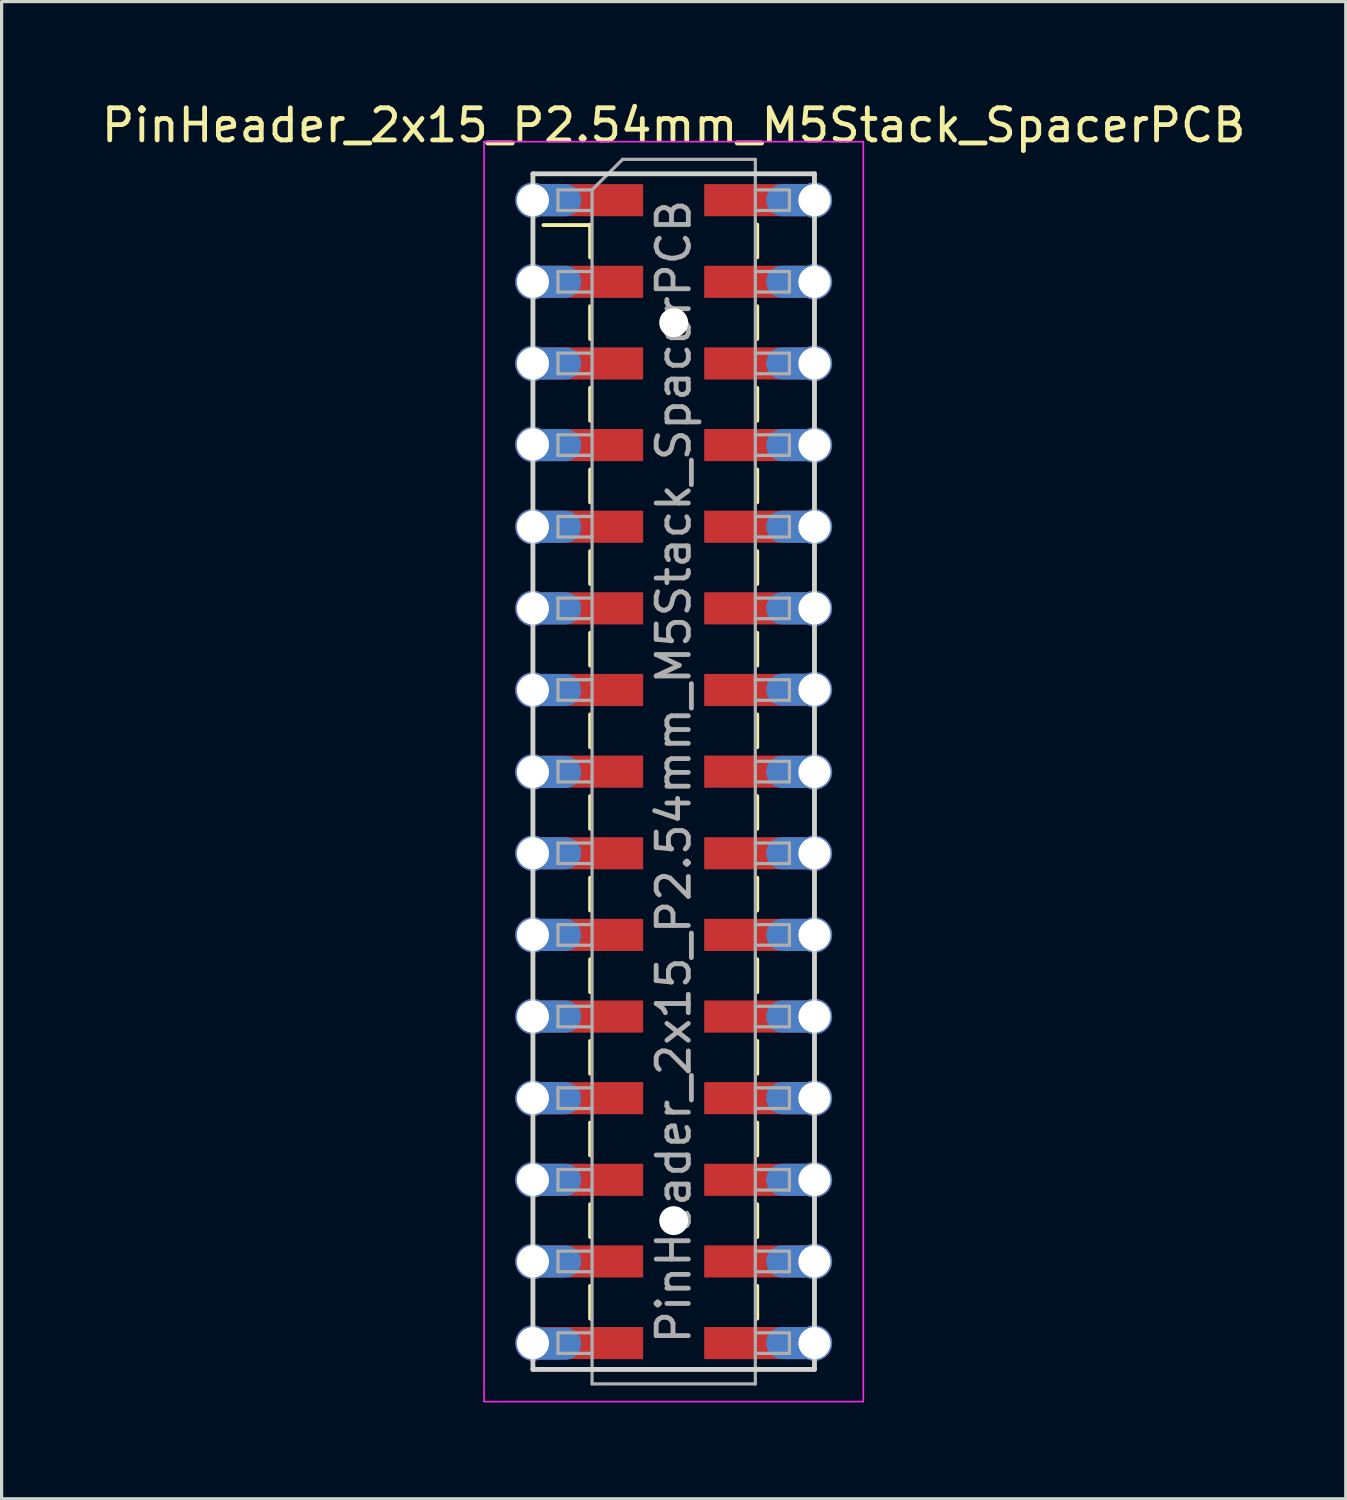
<source format=kicad_pcb>
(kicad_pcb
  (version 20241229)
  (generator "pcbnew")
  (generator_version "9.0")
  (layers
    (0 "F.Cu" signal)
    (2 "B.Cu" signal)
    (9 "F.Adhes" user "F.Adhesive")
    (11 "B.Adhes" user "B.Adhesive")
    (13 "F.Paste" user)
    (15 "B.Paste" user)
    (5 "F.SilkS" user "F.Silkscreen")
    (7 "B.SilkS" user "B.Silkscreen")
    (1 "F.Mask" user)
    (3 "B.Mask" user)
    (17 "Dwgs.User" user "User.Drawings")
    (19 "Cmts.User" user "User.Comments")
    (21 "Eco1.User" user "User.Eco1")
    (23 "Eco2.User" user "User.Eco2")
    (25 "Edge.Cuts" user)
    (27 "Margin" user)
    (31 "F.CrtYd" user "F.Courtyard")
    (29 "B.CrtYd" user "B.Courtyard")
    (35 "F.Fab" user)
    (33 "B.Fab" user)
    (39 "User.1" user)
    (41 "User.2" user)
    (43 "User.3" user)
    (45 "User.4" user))
  (footprint "PinHeader_2x15_P2.54mm_M5Stack_SpacerPCB"
    (layer "F.Cu")
    (at 17.911 20.958)
    (property "Reference" "PinHeader_2x15_P2.54mm_M5Stack_SpacerPCB" (at 0 -20.11 0) (layer "F.SilkS") (effects (font (size 1 1) (thickness 0.15))))
    (attr smd)
    (fp_line (start -4.051 -17.005) (end -2.611 -17.005) (stroke (width 0.12) (type solid)) (layer "F.SilkS"))
    (fp_line (start -2.6 -17.02) (end -2.6 -16) (stroke (width 0.12) (type solid)) (layer "F.SilkS"))
    (fp_line (start -2.6 -14.48) (end -2.6 -13.46) (stroke (width 0.12) (type solid)) (layer "F.SilkS"))
    (fp_line (start -2.6 -11.94) (end -2.6 -10.92) (stroke (width 0.12) (type solid)) (layer "F.SilkS"))
    (fp_line (start -2.6 -9.4) (end -2.6 -8.38) (stroke (width 0.12) (type solid)) (layer "F.SilkS"))
    (fp_line (start -2.6 -6.86) (end -2.6 -5.84) (stroke (width 0.12) (type solid)) (layer "F.SilkS"))
    (fp_line (start -2.6 -4.32) (end -2.6 -3.3) (stroke (width 0.12) (type solid)) (layer "F.SilkS"))
    (fp_line (start -2.6 -1.78) (end -2.6 -0.76) (stroke (width 0.12) (type solid)) (layer "F.SilkS"))
    (fp_line (start -2.6 0.76) (end -2.6 1.78) (stroke (width 0.12) (type solid)) (layer "F.SilkS"))
    (fp_line (start -2.6 3.3) (end -2.6 4.32) (stroke (width 0.12) (type solid)) (layer "F.SilkS"))
    (fp_line (start -2.6 5.84) (end -2.6 6.86) (stroke (width 0.12) (type solid)) (layer "F.SilkS"))
    (fp_line (start -2.6 8.38) (end -2.6 9.4) (stroke (width 0.12) (type solid)) (layer "F.SilkS"))
    (fp_line (start -2.6 10.92) (end -2.6 11.94) (stroke (width 0.12) (type solid)) (layer "F.SilkS"))
    (fp_line (start -2.6 13.46) (end -2.6 14.48) (stroke (width 0.12) (type solid)) (layer "F.SilkS"))
    (fp_line (start -2.6 16) (end -2.6 17.02) (stroke (width 0.12) (type solid)) (layer "F.SilkS"))
    (fp_line (start 2.6 -17.02) (end 2.6 -16) (stroke (width 0.12) (type solid)) (layer "F.SilkS"))
    (fp_line (start 2.6 -14.48) (end 2.6 -13.46) (stroke (width 0.12) (type solid)) (layer "F.SilkS"))
    (fp_line (start 2.6 -11.94) (end 2.6 -10.92) (stroke (width 0.12) (type solid)) (layer "F.SilkS"))
    (fp_line (start 2.6 -9.4) (end 2.6 -8.38) (stroke (width 0.12) (type solid)) (layer "F.SilkS"))
    (fp_line (start 2.6 -6.86) (end 2.6 -5.84) (stroke (width 0.12) (type solid)) (layer "F.SilkS"))
    (fp_line (start 2.6 -4.32) (end 2.6 -3.3) (stroke (width 0.12) (type solid)) (layer "F.SilkS"))
    (fp_line (start 2.6 -1.78) (end 2.6 -0.76) (stroke (width 0.12) (type solid)) (layer "F.SilkS"))
    (fp_line (start 2.6 0.76) (end 2.6 1.78) (stroke (width 0.12) (type solid)) (layer "F.SilkS"))
    (fp_line (start 2.6 3.3) (end 2.6 4.32) (stroke (width 0.12) (type solid)) (layer "F.SilkS"))
    (fp_line (start 2.6 5.84) (end 2.6 6.86) (stroke (width 0.12) (type solid)) (layer "F.SilkS"))
    (fp_line (start 2.6 8.38) (end 2.6 9.4) (stroke (width 0.12) (type solid)) (layer "F.SilkS"))
    (fp_line (start 2.6 10.92) (end 2.6 11.94) (stroke (width 0.12) (type solid)) (layer "F.SilkS"))
    (fp_line (start 2.6 13.46) (end 2.6 14.48) (stroke (width 0.12) (type solid)) (layer "F.SilkS"))
    (fp_line (start 2.6 16) (end 2.6 17.02) (stroke (width 0.12) (type solid)) (layer "F.SilkS"))
    (fp_line (start -4.38 -18.6) (end -4.38 18.6) (stroke (width 0.15) (type solid)) (layer "Edge.Cuts"))
    (fp_line (start -4.38 18.6) (end 4.38 18.6) (stroke (width 0.15) (type solid)) (layer "Edge.Cuts"))
    (fp_line (start 4.38 -18.6) (end -4.38 -18.6) (stroke (width 0.15) (type solid)) (layer "Edge.Cuts"))
    (fp_line (start 4.38 18.6) (end 4.38 -18.6) (stroke (width 0.15) (type solid)) (layer "Edge.Cuts"))
    (fp_line (start -5.9 -19.6) (end -5.9 19.6) (stroke (width 0.05) (type solid)) (layer "F.CrtYd"))
    (fp_line (start -5.9 19.6) (end 5.9 19.6) (stroke (width 0.05) (type solid)) (layer "F.CrtYd"))
    (fp_line (start 5.9 -19.6) (end -5.9 -19.6) (stroke (width 0.05) (type solid)) (layer "F.CrtYd"))
    (fp_line (start 5.9 19.6) (end 5.9 -19.6) (stroke (width 0.05) (type solid)) (layer "F.CrtYd"))
    (fp_line (start -3.6 -18.1) (end -3.6 -17.46) (stroke (width 0.1) (type solid)) (layer "F.Fab"))
    (fp_line (start -3.6 -17.46) (end -2.54 -17.46) (stroke (width 0.1) (type solid)) (layer "F.Fab"))
    (fp_line (start -3.6 -15.56) (end -3.6 -14.92) (stroke (width 0.1) (type solid)) (layer "F.Fab"))
    (fp_line (start -3.6 -14.92) (end -2.54 -14.92) (stroke (width 0.1) (type solid)) (layer "F.Fab"))
    (fp_line (start -3.6 -13.02) (end -3.6 -12.38) (stroke (width 0.1) (type solid)) (layer "F.Fab"))
    (fp_line (start -3.6 -12.38) (end -2.54 -12.38) (stroke (width 0.1) (type solid)) (layer "F.Fab"))
    (fp_line (start -3.6 -10.48) (end -3.6 -9.84) (stroke (width 0.1) (type solid)) (layer "F.Fab"))
    (fp_line (start -3.6 -9.84) (end -2.54 -9.84) (stroke (width 0.1) (type solid)) (layer "F.Fab"))
    (fp_line (start -3.6 -7.94) (end -3.6 -7.3) (stroke (width 0.1) (type solid)) (layer "F.Fab"))
    (fp_line (start -3.6 -7.3) (end -2.54 -7.3) (stroke (width 0.1) (type solid)) (layer "F.Fab"))
    (fp_line (start -3.6 -5.4) (end -3.6 -4.76) (stroke (width 0.1) (type solid)) (layer "F.Fab"))
    (fp_line (start -3.6 -4.76) (end -2.54 -4.76) (stroke (width 0.1) (type solid)) (layer "F.Fab"))
    (fp_line (start -3.6 -2.86) (end -3.6 -2.22) (stroke (width 0.1) (type solid)) (layer "F.Fab"))
    (fp_line (start -3.6 -2.22) (end -2.54 -2.22) (stroke (width 0.1) (type solid)) (layer "F.Fab"))
    (fp_line (start -3.6 -0.32) (end -3.6 0.32) (stroke (width 0.1) (type solid)) (layer "F.Fab"))
    (fp_line (start -3.6 0.32) (end -2.54 0.32) (stroke (width 0.1) (type solid)) (layer "F.Fab"))
    (fp_line (start -3.6 2.22) (end -3.6 2.86) (stroke (width 0.1) (type solid)) (layer "F.Fab"))
    (fp_line (start -3.6 2.86) (end -2.54 2.86) (stroke (width 0.1) (type solid)) (layer "F.Fab"))
    (fp_line (start -3.6 4.76) (end -3.6 5.4) (stroke (width 0.1) (type solid)) (layer "F.Fab"))
    (fp_line (start -3.6 5.4) (end -2.54 5.4) (stroke (width 0.1) (type solid)) (layer "F.Fab"))
    (fp_line (start -3.6 7.3) (end -3.6 7.94) (stroke (width 0.1) (type solid)) (layer "F.Fab"))
    (fp_line (start -3.6 7.94) (end -2.54 7.94) (stroke (width 0.1) (type solid)) (layer "F.Fab"))
    (fp_line (start -3.6 9.84) (end -3.6 10.48) (stroke (width 0.1) (type solid)) (layer "F.Fab"))
    (fp_line (start -3.6 10.48) (end -2.54 10.48) (stroke (width 0.1) (type solid)) (layer "F.Fab"))
    (fp_line (start -3.6 12.38) (end -3.6 13.02) (stroke (width 0.1) (type solid)) (layer "F.Fab"))
    (fp_line (start -3.6 13.02) (end -2.54 13.02) (stroke (width 0.1) (type solid)) (layer "F.Fab"))
    (fp_line (start -3.6 14.92) (end -3.6 15.56) (stroke (width 0.1) (type solid)) (layer "F.Fab"))
    (fp_line (start -3.6 15.56) (end -2.54 15.56) (stroke (width 0.1) (type solid)) (layer "F.Fab"))
    (fp_line (start -3.6 17.46) (end -3.6 18.1) (stroke (width 0.1) (type solid)) (layer "F.Fab"))
    (fp_line (start -3.6 18.1) (end -2.54 18.1) (stroke (width 0.1) (type solid)) (layer "F.Fab"))
    (fp_line (start -2.54 -18.1) (end -3.6 -18.1) (stroke (width 0.1) (type solid)) (layer "F.Fab"))
    (fp_line (start -2.54 -18.1) (end -1.59 -19.05) (stroke (width 0.1) (type solid)) (layer "F.Fab"))
    (fp_line (start -2.54 -15.56) (end -3.6 -15.56) (stroke (width 0.1) (type solid)) (layer "F.Fab"))
    (fp_line (start -2.54 -13.02) (end -3.6 -13.02) (stroke (width 0.1) (type solid)) (layer "F.Fab"))
    (fp_line (start -2.54 -10.48) (end -3.6 -10.48) (stroke (width 0.1) (type solid)) (layer "F.Fab"))
    (fp_line (start -2.54 -7.94) (end -3.6 -7.94) (stroke (width 0.1) (type solid)) (layer "F.Fab"))
    (fp_line (start -2.54 -5.4) (end -3.6 -5.4) (stroke (width 0.1) (type solid)) (layer "F.Fab"))
    (fp_line (start -2.54 -2.86) (end -3.6 -2.86) (stroke (width 0.1) (type solid)) (layer "F.Fab"))
    (fp_line (start -2.54 -0.32) (end -3.6 -0.32) (stroke (width 0.1) (type solid)) (layer "F.Fab"))
    (fp_line (start -2.54 2.22) (end -3.6 2.22) (stroke (width 0.1) (type solid)) (layer "F.Fab"))
    (fp_line (start -2.54 4.76) (end -3.6 4.76) (stroke (width 0.1) (type solid)) (layer "F.Fab"))
    (fp_line (start -2.54 7.3) (end -3.6 7.3) (stroke (width 0.1) (type solid)) (layer "F.Fab"))
    (fp_line (start -2.54 9.84) (end -3.6 9.84) (stroke (width 0.1) (type solid)) (layer "F.Fab"))
    (fp_line (start -2.54 12.38) (end -3.6 12.38) (stroke (width 0.1) (type solid)) (layer "F.Fab"))
    (fp_line (start -2.54 14.92) (end -3.6 14.92) (stroke (width 0.1) (type solid)) (layer "F.Fab"))
    (fp_line (start -2.54 17.46) (end -3.6 17.46) (stroke (width 0.1) (type solid)) (layer "F.Fab"))
    (fp_line (start -2.54 19.05) (end -2.54 -18.1) (stroke (width 0.1) (type solid)) (layer "F.Fab"))
    (fp_line (start -1.59 -19.05) (end 2.54 -19.05) (stroke (width 0.1) (type solid)) (layer "F.Fab"))
    (fp_line (start 2.54 -19.05) (end 2.54 19.05) (stroke (width 0.1) (type solid)) (layer "F.Fab"))
    (fp_line (start 2.54 -18.1) (end 3.6 -18.1) (stroke (width 0.1) (type solid)) (layer "F.Fab"))
    (fp_line (start 2.54 -15.56) (end 3.6 -15.56) (stroke (width 0.1) (type solid)) (layer "F.Fab"))
    (fp_line (start 2.54 -13.02) (end 3.6 -13.02) (stroke (width 0.1) (type solid)) (layer "F.Fab"))
    (fp_line (start 2.54 -10.48) (end 3.6 -10.48) (stroke (width 0.1) (type solid)) (layer "F.Fab"))
    (fp_line (start 2.54 -7.94) (end 3.6 -7.94) (stroke (width 0.1) (type solid)) (layer "F.Fab"))
    (fp_line (start 2.54 -5.4) (end 3.6 -5.4) (stroke (width 0.1) (type solid)) (layer "F.Fab"))
    (fp_line (start 2.54 -2.86) (end 3.6 -2.86) (stroke (width 0.1) (type solid)) (layer "F.Fab"))
    (fp_line (start 2.54 -0.32) (end 3.6 -0.32) (stroke (width 0.1) (type solid)) (layer "F.Fab"))
    (fp_line (start 2.54 2.22) (end 3.6 2.22) (stroke (width 0.1) (type solid)) (layer "F.Fab"))
    (fp_line (start 2.54 4.76) (end 3.6 4.76) (stroke (width 0.1) (type solid)) (layer "F.Fab"))
    (fp_line (start 2.54 7.3) (end 3.6 7.3) (stroke (width 0.1) (type solid)) (layer "F.Fab"))
    (fp_line (start 2.54 9.84) (end 3.6 9.84) (stroke (width 0.1) (type solid)) (layer "F.Fab"))
    (fp_line (start 2.54 12.38) (end 3.6 12.38) (stroke (width 0.1) (type solid)) (layer "F.Fab"))
    (fp_line (start 2.54 14.92) (end 3.6 14.92) (stroke (width 0.1) (type solid)) (layer "F.Fab"))
    (fp_line (start 2.54 17.46) (end 3.6 17.46) (stroke (width 0.1) (type solid)) (layer "F.Fab"))
    (fp_line (start 2.54 19.05) (end -2.54 19.05) (stroke (width 0.1) (type solid)) (layer "F.Fab"))
    (fp_line (start 3.6 -18.1) (end 3.6 -17.46) (stroke (width 0.1) (type solid)) (layer "F.Fab"))
    (fp_line (start 3.6 -17.46) (end 2.54 -17.46) (stroke (width 0.1) (type solid)) (layer "F.Fab"))
    (fp_line (start 3.6 -15.56) (end 3.6 -14.92) (stroke (width 0.1) (type solid)) (layer "F.Fab"))
    (fp_line (start 3.6 -14.92) (end 2.54 -14.92) (stroke (width 0.1) (type solid)) (layer "F.Fab"))
    (fp_line (start 3.6 -13.02) (end 3.6 -12.38) (stroke (width 0.1) (type solid)) (layer "F.Fab"))
    (fp_line (start 3.6 -12.38) (end 2.54 -12.38) (stroke (width 0.1) (type solid)) (layer "F.Fab"))
    (fp_line (start 3.6 -10.48) (end 3.6 -9.84) (stroke (width 0.1) (type solid)) (layer "F.Fab"))
    (fp_line (start 3.6 -9.84) (end 2.54 -9.84) (stroke (width 0.1) (type solid)) (layer "F.Fab"))
    (fp_line (start 3.6 -7.94) (end 3.6 -7.3) (stroke (width 0.1) (type solid)) (layer "F.Fab"))
    (fp_line (start 3.6 -7.3) (end 2.54 -7.3) (stroke (width 0.1) (type solid)) (layer "F.Fab"))
    (fp_line (start 3.6 -5.4) (end 3.6 -4.76) (stroke (width 0.1) (type solid)) (layer "F.Fab"))
    (fp_line (start 3.6 -4.76) (end 2.54 -4.76) (stroke (width 0.1) (type solid)) (layer "F.Fab"))
    (fp_line (start 3.6 -2.86) (end 3.6 -2.22) (stroke (width 0.1) (type solid)) (layer "F.Fab"))
    (fp_line (start 3.6 -2.22) (end 2.54 -2.22) (stroke (width 0.1) (type solid)) (layer "F.Fab"))
    (fp_line (start 3.6 -0.32) (end 3.6 0.32) (stroke (width 0.1) (type solid)) (layer "F.Fab"))
    (fp_line (start 3.6 0.32) (end 2.54 0.32) (stroke (width 0.1) (type solid)) (layer "F.Fab"))
    (fp_line (start 3.6 2.22) (end 3.6 2.86) (stroke (width 0.1) (type solid)) (layer "F.Fab"))
    (fp_line (start 3.6 2.86) (end 2.54 2.86) (stroke (width 0.1) (type solid)) (layer "F.Fab"))
    (fp_line (start 3.6 4.76) (end 3.6 5.4) (stroke (width 0.1) (type solid)) (layer "F.Fab"))
    (fp_line (start 3.6 5.4) (end 2.54 5.4) (stroke (width 0.1) (type solid)) (layer "F.Fab"))
    (fp_line (start 3.6 7.3) (end 3.6 7.94) (stroke (width 0.1) (type solid)) (layer "F.Fab"))
    (fp_line (start 3.6 7.94) (end 2.54 7.94) (stroke (width 0.1) (type solid)) (layer "F.Fab"))
    (fp_line (start 3.6 9.84) (end 3.6 10.48) (stroke (width 0.1) (type solid)) (layer "F.Fab"))
    (fp_line (start 3.6 10.48) (end 2.54 10.48) (stroke (width 0.1) (type solid)) (layer "F.Fab"))
    (fp_line (start 3.6 12.38) (end 3.6 13.02) (stroke (width 0.1) (type solid)) (layer "F.Fab"))
    (fp_line (start 3.6 13.02) (end 2.54 13.02) (stroke (width 0.1) (type solid)) (layer "F.Fab"))
    (fp_line (start 3.6 14.92) (end 3.6 15.56) (stroke (width 0.1) (type solid)) (layer "F.Fab"))
    (fp_line (start 3.6 15.56) (end 2.54 15.56) (stroke (width 0.1) (type solid)) (layer "F.Fab"))
    (fp_line (start 3.6 17.46) (end 3.6 18.1) (stroke (width 0.1) (type solid)) (layer "F.Fab"))
    (fp_line (start 3.6 18.1) (end 2.54 18.1) (stroke (width 0.1) (type solid)) (layer "F.Fab"))
    (fp_text user "${REFERENCE}" (at 0 0 90) (layer "F.Fab") (effects (font (size 1 1) (thickness 0.15))))
    (pad "" np_thru_hole circle (at 0 -13.97) (size 0.9 0.9) (drill 0.9) (layers "*.Cu" "*.Mask"))
    (pad "" np_thru_hole circle (at 0 13.97) (size 0.9 0.9) (drill 0.9) (layers "*.Cu" "*.Mask"))
    (pad "1" thru_hole circle (at -4.38 -17.78) (size 1.1 1.1) (drill 1) (layers "*.Cu" "*.Mask"))
    (pad "1" smd oval (at -3.88 -17.78) (size 2 1) (layers "B.Cu" "B.Mask" "B.Paste"))
    (pad "1" smd rect (at -2.525 -17.78) (size 3.15 1) (layers "F.Cu" "F.Mask" "F.Paste"))
    (pad "2" smd rect (at 2.525 -17.78) (size 3.15 1) (layers "F.Cu" "F.Mask" "F.Paste"))
    (pad "2" smd oval (at 3.88 -17.78) (size 2 1) (layers "B.Cu" "B.Mask" "B.Paste"))
    (pad "2" thru_hole circle (at 4.38 -17.78) (size 1.1 1.1) (drill 1) (layers "*.Cu" "*.Mask"))
    (pad "3" thru_hole circle (at -4.38 -15.24) (size 1.1 1.1) (drill 1) (layers "*.Cu" "*.Mask"))
    (pad "3" smd oval (at -3.88 -15.24) (size 2 1) (layers "B.Cu" "B.Mask" "B.Paste"))
    (pad "3" smd rect (at -2.525 -15.24) (size 3.15 1) (layers "F.Cu" "F.Mask" "F.Paste"))
    (pad "4" smd rect (at 2.525 -15.24) (size 3.15 1) (layers "F.Cu" "F.Mask" "F.Paste"))
    (pad "4" smd oval (at 3.88 -15.24) (size 2 1) (layers "B.Cu" "B.Mask" "B.Paste"))
    (pad "4" thru_hole circle (at 4.38 -15.24) (size 1.1 1.1) (drill 1) (layers "*.Cu" "*.Mask"))
    (pad "5" thru_hole circle (at -4.38 -12.7) (size 1.1 1.1) (drill 1) (layers "*.Cu" "*.Mask"))
    (pad "5" smd oval (at -3.88 -12.7) (size 2 1) (layers "B.Cu" "B.Mask" "B.Paste"))
    (pad "5" smd rect (at -2.525 -12.7) (size 3.15 1) (layers "F.Cu" "F.Mask" "F.Paste"))
    (pad "6" smd rect (at 2.525 -12.7) (size 3.15 1) (layers "F.Cu" "F.Mask" "F.Paste"))
    (pad "6" smd oval (at 3.88 -12.7) (size 2 1) (layers "B.Cu" "B.Mask" "B.Paste"))
    (pad "6" thru_hole circle (at 4.38 -12.7) (size 1.1 1.1) (drill 1) (layers "*.Cu" "*.Mask"))
    (pad "7" thru_hole circle (at -4.38 -10.18) (size 1.1 1.1) (drill 1) (layers "*.Cu" "*.Mask"))
    (pad "7" smd oval (at -3.88 -10.16) (size 2 1) (layers "B.Cu" "B.Mask" "B.Paste"))
    (pad "7" smd rect (at -2.525 -10.16) (size 3.15 1) (layers "F.Cu" "F.Mask" "F.Paste"))
    (pad "8" smd rect (at 2.525 -10.16) (size 3.15 1) (layers "F.Cu" "F.Mask" "F.Paste"))
    (pad "8" smd oval (at 3.88 -10.16) (size 2 1) (layers "B.Cu" "B.Mask" "B.Paste"))
    (pad "8" thru_hole circle (at 4.38 -10.16) (size 1.1 1.1) (drill 1) (layers "*.Cu" "*.Mask"))
    (pad "9" thru_hole circle (at -4.38 -7.62) (size 1.1 1.1) (drill 1) (layers "*.Cu" "*.Mask"))
    (pad "9" smd oval (at -3.88 -7.62) (size 2 1) (layers "B.Cu" "B.Mask" "B.Paste"))
    (pad "9" smd rect (at -2.525 -7.62) (size 3.15 1) (layers "F.Cu" "F.Mask" "F.Paste"))
    (pad "10" smd rect (at 2.525 -7.62) (size 3.15 1) (layers "F.Cu" "F.Mask" "F.Paste"))
    (pad "10" smd oval (at 3.88 -7.62) (size 2 1) (layers "B.Cu" "B.Mask" "B.Paste"))
    (pad "10" thru_hole circle (at 4.38 -7.62) (size 1.1 1.1) (drill 1) (layers "*.Cu" "*.Mask"))
    (pad "11" thru_hole circle (at -4.38 -5.08) (size 1.1 1.1) (drill 1) (layers "*.Cu" "*.Mask"))
    (pad "11" smd oval (at -3.88 -5.08) (size 2 1) (layers "B.Cu" "B.Mask" "B.Paste"))
    (pad "11" smd rect (at -2.525 -5.08) (size 3.15 1) (layers "F.Cu" "F.Mask" "F.Paste"))
    (pad "12" smd rect (at 2.525 -5.08) (size 3.15 1) (layers "F.Cu" "F.Mask" "F.Paste"))
    (pad "12" smd oval (at 3.88 -5.08) (size 2 1) (layers "B.Cu" "B.Mask" "B.Paste"))
    (pad "12" thru_hole circle (at 4.38 -5.08) (size 1.1 1.1) (drill 1) (layers "*.Cu" "*.Mask"))
    (pad "13" thru_hole circle (at -4.38 -2.54) (size 1.1 1.1) (drill 1) (layers "*.Cu" "*.Mask"))
    (pad "13" smd oval (at -3.88 -2.54) (size 2 1) (layers "B.Cu" "B.Mask" "B.Paste"))
    (pad "13" smd rect (at -2.525 -2.54) (size 3.15 1) (layers "F.Cu" "F.Mask" "F.Paste"))
    (pad "14" smd rect (at 2.525 -2.54) (size 3.15 1) (layers "F.Cu" "F.Mask" "F.Paste"))
    (pad "14" smd oval (at 3.88 -2.55) (size 2 1) (layers "B.Cu" "B.Mask" "B.Paste"))
    (pad "14" thru_hole circle (at 4.38 -2.55) (size 1.1 1.1) (drill 1) (layers "*.Cu" "*.Mask"))
    (pad "15" thru_hole circle (at -4.38 0.01) (size 1.1 1.1) (drill 1) (layers "*.Cu" "*.Mask"))
    (pad "15" smd oval (at -3.88 0.01) (size 2 1) (layers "B.Cu" "B.Mask" "B.Paste"))
    (pad "15" smd rect (at -2.525 0) (size 3.15 1) (layers "F.Cu" "F.Mask" "F.Paste"))
    (pad "16" smd rect (at 2.525 0) (size 3.15 1) (layers "F.Cu" "F.Mask" "F.Paste"))
    (pad "16" smd oval (at 3.88 0.01) (size 2 1) (layers "B.Cu" "B.Mask" "B.Paste"))
    (pad "16" thru_hole circle (at 4.38 0.01) (size 1.1 1.1) (drill 1) (layers "*.Cu" "*.Mask"))
    (pad "17" thru_hole circle (at -4.38 2.54) (size 1.1 1.1) (drill 1) (layers "*.Cu" "*.Mask"))
    (pad "17" smd oval (at -3.88 2.54) (size 2 1) (layers "B.Cu" "B.Mask" "B.Paste"))
    (pad "17" smd rect (at -2.525 2.54) (size 3.15 1) (layers "F.Cu" "F.Mask" "F.Paste"))
    (pad "18" smd rect (at 2.525 2.54) (size 3.15 1) (layers "F.Cu" "F.Mask" "F.Paste"))
    (pad "18" smd oval (at 3.88 2.54) (size 2 1) (layers "B.Cu" "B.Mask" "B.Paste"))
    (pad "18" thru_hole circle (at 4.38 2.54) (size 1.1 1.1) (drill 1) (layers "*.Cu" "*.Mask"))
    (pad "19" thru_hole circle (at -4.38 5.08) (size 1.1 1.1) (drill 1) (layers "*.Cu" "*.Mask"))
    (pad "19" smd oval (at -3.88 5.08) (size 2 1) (layers "B.Cu" "B.Mask" "B.Paste"))
    (pad "19" smd rect (at -2.525 5.08) (size 3.15 1) (layers "F.Cu" "F.Mask" "F.Paste"))
    (pad "20" smd rect (at 2.525 5.08) (size 3.15 1) (layers "F.Cu" "F.Mask" "F.Paste"))
    (pad "20" smd oval (at 3.88 5.08) (size 2 1) (layers "B.Cu" "B.Mask" "B.Paste"))
    (pad "20" thru_hole circle (at 4.38 5.08) (size 1.1 1.1) (drill 1) (layers "*.Cu" "*.Mask"))
    (pad "21" thru_hole circle (at -4.38 7.62) (size 1.1 1.1) (drill 1) (layers "*.Cu" "*.Mask"))
    (pad "21" smd oval (at -3.88 7.62) (size 2 1) (layers "B.Cu" "B.Mask" "B.Paste"))
    (pad "21" smd rect (at -2.525 7.62) (size 3.15 1) (layers "F.Cu" "F.Mask" "F.Paste"))
    (pad "22" smd rect (at 2.525 7.62) (size 3.15 1) (layers "F.Cu" "F.Mask" "F.Paste"))
    (pad "22" smd oval (at 3.88 7.62) (size 2 1) (layers "B.Cu" "B.Mask" "B.Paste"))
    (pad "22" thru_hole circle (at 4.38 7.62) (size 1.1 1.1) (drill 1) (layers "*.Cu" "*.Mask"))
    (pad "23" thru_hole circle (at -4.38 10.16) (size 1.1 1.1) (drill 1) (layers "*.Cu" "*.Mask"))
    (pad "23" smd oval (at -3.88 10.16) (size 2 1) (layers "B.Cu" "B.Mask" "B.Paste"))
    (pad "23" smd rect (at -2.525 10.16) (size 3.15 1) (layers "F.Cu" "F.Mask" "F.Paste"))
    (pad "24" smd rect (at 2.525 10.16) (size 3.15 1) (layers "F.Cu" "F.Mask" "F.Paste"))
    (pad "24" smd oval (at 3.88 10.16) (size 2 1) (layers "B.Cu" "B.Mask" "B.Paste"))
    (pad "24" thru_hole circle (at 4.38 10.16) (size 1.1 1.1) (drill 1) (layers "*.Cu" "*.Mask"))
    (pad "25" thru_hole circle (at -4.38 12.7) (size 1.1 1.1) (drill 1) (layers "*.Cu" "*.Mask"))
    (pad "25" smd oval (at -3.88 12.7) (size 2 1) (layers "B.Cu" "B.Mask" "B.Paste"))
    (pad "25" smd rect (at -2.525 12.7) (size 3.15 1) (layers "F.Cu" "F.Mask" "F.Paste"))
    (pad "26" smd rect (at 2.525 12.7) (size 3.15 1) (layers "F.Cu" "F.Mask" "F.Paste"))
    (pad "26" smd oval (at 3.88 12.7) (size 2 1) (layers "B.Cu" "B.Mask" "B.Paste"))
    (pad "26" thru_hole circle (at 4.38 12.7) (size 1.1 1.1) (drill 1) (layers "*.Cu" "*.Mask"))
    (pad "27" thru_hole circle (at -4.38 15.24) (size 1.1 1.1) (drill 1) (layers "*.Cu" "*.Mask"))
    (pad "27" smd oval (at -3.88 15.24) (size 2 1) (layers "B.Cu" "B.Mask" "B.Paste"))
    (pad "27" smd rect (at -2.525 15.24) (size 3.15 1) (layers "F.Cu" "F.Mask" "F.Paste"))
    (pad "28" smd rect (at 2.525 15.24) (size 3.15 1) (layers "F.Cu" "F.Mask" "F.Paste"))
    (pad "28" smd oval (at 3.88 15.24) (size 2 1) (layers "B.Cu" "B.Mask" "B.Paste"))
    (pad "28" thru_hole circle (at 4.38 15.24) (size 1.1 1.1) (drill 1) (layers "*.Cu" "*.Mask"))
    (pad "29" thru_hole circle (at -4.38 17.78) (size 1.1 1.1) (drill 1) (layers "*.Cu" "*.Mask"))
    (pad "29" smd oval (at -3.88 17.8) (size 2 1) (layers "B.Cu" "B.Mask" "B.Paste"))
    (pad "29" smd rect (at -2.525 17.78) (size 3.15 1) (layers "F.Cu" "F.Mask" "F.Paste"))
    (pad "30" smd rect (at 2.525 17.78) (size 3.15 1) (layers "F.Cu" "F.Mask" "F.Paste"))
    (pad "30" smd oval (at 3.88 17.78) (size 2 1) (layers "B.Cu" "B.Mask" "B.Paste"))
    (pad "30" thru_hole circle (at 4.38 17.78) (size 1.1 1.1) (drill 1) (layers "*.Cu" "*.Mask")))
  (gr_rect
    (start -3 -3)
    (end 38.821 43.583)
    (stroke (width 0.1) (type default))
    (fill no)
    (layer "Edge.Cuts")))
</source>
